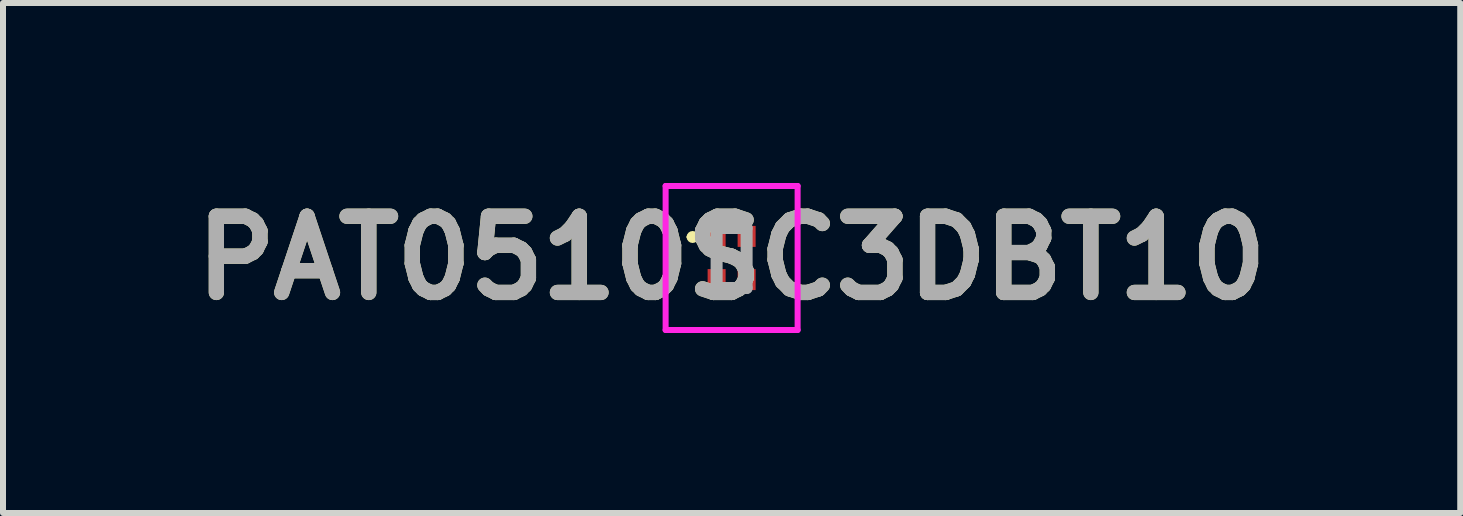
<source format=kicad_pcb>
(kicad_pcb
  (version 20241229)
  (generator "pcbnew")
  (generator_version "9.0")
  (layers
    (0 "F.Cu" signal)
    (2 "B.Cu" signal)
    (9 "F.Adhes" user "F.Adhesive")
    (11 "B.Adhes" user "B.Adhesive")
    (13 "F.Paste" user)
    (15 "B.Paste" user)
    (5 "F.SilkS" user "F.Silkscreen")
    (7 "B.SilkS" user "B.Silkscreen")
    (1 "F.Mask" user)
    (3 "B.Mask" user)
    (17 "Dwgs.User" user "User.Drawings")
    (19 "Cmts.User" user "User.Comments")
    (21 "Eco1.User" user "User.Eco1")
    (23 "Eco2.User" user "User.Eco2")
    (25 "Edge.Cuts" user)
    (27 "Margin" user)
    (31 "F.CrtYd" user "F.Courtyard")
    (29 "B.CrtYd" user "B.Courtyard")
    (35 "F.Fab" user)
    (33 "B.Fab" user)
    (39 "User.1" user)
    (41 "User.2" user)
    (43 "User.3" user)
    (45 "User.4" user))
  (footprint "PAT0510SC3DBT10"
    (layer "F.Cu")
    (at 9.144 1.25)
    (property "Reference" "PAT0510SC3DBT10" (at 0 0 0) (layer "F.SilkS") (effects (font (size 1.27 1.27) (thickness 0.254))))
    (attr smd)
    (fp_line (start -0.7 -0.35) (end -0.7 -0.35) (stroke (width 0.1) (type solid)) (layer "F.SilkS"))
    (fp_line (start -0.6 -0.35) (end -0.6 -0.35) (stroke (width 0.1) (type solid)) (layer "F.SilkS"))
    (fp_arc (start -0.7 -0.35) (mid -0.65 -0.4) (end -0.6 -0.35) (stroke (width 0.1) (type solid)) (layer "F.SilkS"))
    (fp_arc (start -0.6 -0.35) (mid -0.65 -0.3) (end -0.7 -0.35) (stroke (width 0.1) (type solid)) (layer "F.SilkS"))
    (fp_line (start -1.1 -1.2) (end 1.1 -1.2) (stroke (width 0.1) (type solid)) (layer "F.CrtYd"))
    (fp_line (start -1.1 1.2) (end -1.1 -1.2) (stroke (width 0.1) (type solid)) (layer "F.CrtYd"))
    (fp_line (start 1.1 -1.2) (end 1.1 1.2) (stroke (width 0.1) (type solid)) (layer "F.CrtYd"))
    (fp_line (start 1.1 1.2) (end -1.1 1.2) (stroke (width 0.1) (type solid)) (layer "F.CrtYd"))
    (fp_line (start -0.25 -0.5) (end 0.25 -0.5) (stroke (width 0.2) (type solid)) (layer "F.Fab"))
    (fp_line (start -0.25 0.5) (end -0.25 -0.5) (stroke (width 0.2) (type solid)) (layer "F.Fab"))
    (fp_line (start 0.25 -0.5) (end 0.25 0.5) (stroke (width 0.2) (type solid)) (layer "F.Fab"))
    (fp_line (start 0.25 0.5) (end -0.25 0.5) (stroke (width 0.2) (type solid)) (layer "F.Fab"))
    (fp_text user "${REFERENCE}" (at 0 0 0) (layer "F.Fab") (effects (font (size 1.27 1.27) (thickness 0.254))))
    (pad "1" smd rect (at -0.25 -0.36) (size 0.3 0.35) (layers "F.Cu" "F.Mask" "F.Paste"))
    (pad "2" smd rect (at 0.25 -0.36) (size 0.3 0.35) (layers "F.Cu" "F.Mask" "F.Paste"))
    (pad "A3" smd rect (at -0.25 0.36) (size 0.3 0.35) (layers "F.Cu" "F.Mask" "F.Paste"))
    (pad "B3" smd rect (at 0.25 0.36) (size 0.3 0.35) (layers "F.Cu" "F.Mask" "F.Paste")))
  (gr_rect
    (start -3 -3)
    (end 21.288 5.5)
    (stroke (width 0.1) (type default))
    (fill no)
    (layer "Edge.Cuts")))
</source>
